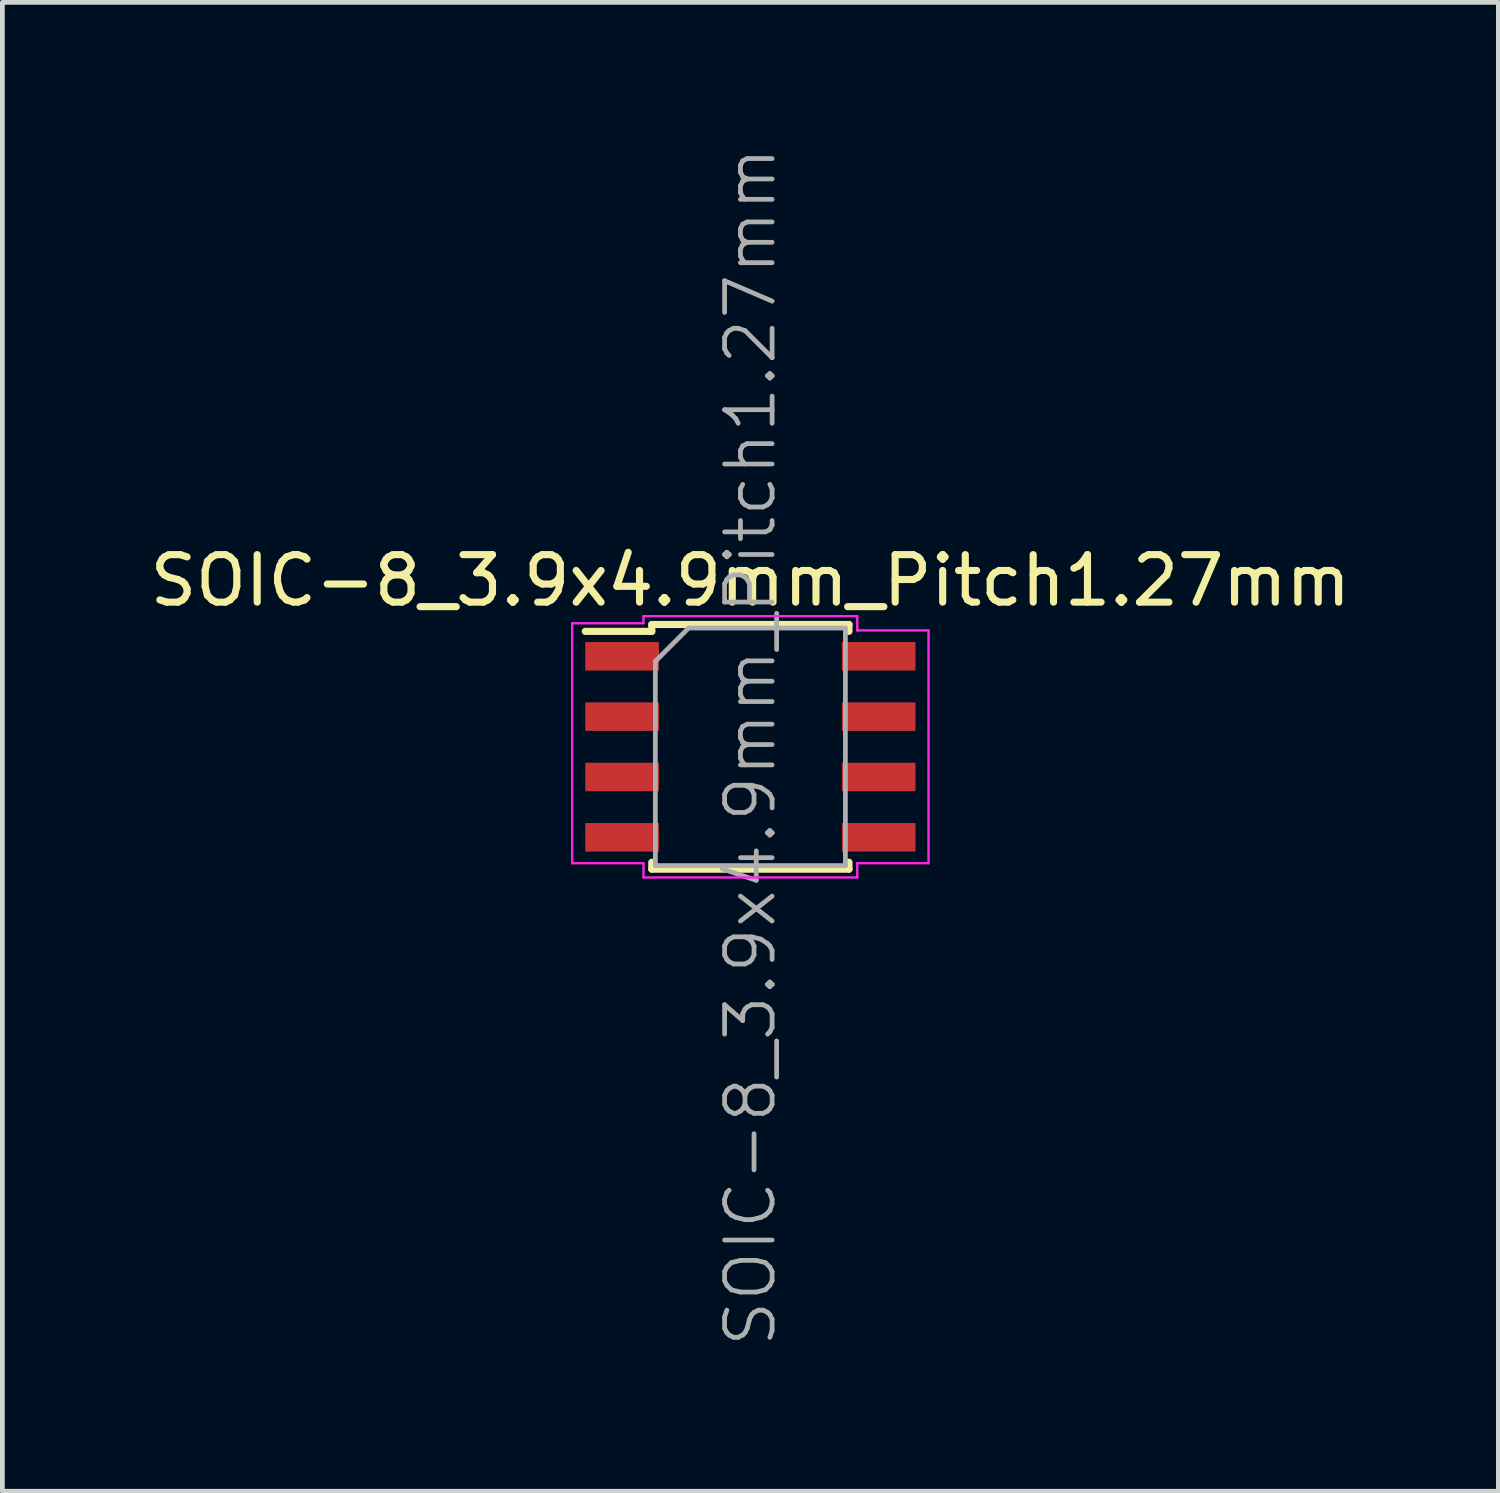
<source format=kicad_pcb>
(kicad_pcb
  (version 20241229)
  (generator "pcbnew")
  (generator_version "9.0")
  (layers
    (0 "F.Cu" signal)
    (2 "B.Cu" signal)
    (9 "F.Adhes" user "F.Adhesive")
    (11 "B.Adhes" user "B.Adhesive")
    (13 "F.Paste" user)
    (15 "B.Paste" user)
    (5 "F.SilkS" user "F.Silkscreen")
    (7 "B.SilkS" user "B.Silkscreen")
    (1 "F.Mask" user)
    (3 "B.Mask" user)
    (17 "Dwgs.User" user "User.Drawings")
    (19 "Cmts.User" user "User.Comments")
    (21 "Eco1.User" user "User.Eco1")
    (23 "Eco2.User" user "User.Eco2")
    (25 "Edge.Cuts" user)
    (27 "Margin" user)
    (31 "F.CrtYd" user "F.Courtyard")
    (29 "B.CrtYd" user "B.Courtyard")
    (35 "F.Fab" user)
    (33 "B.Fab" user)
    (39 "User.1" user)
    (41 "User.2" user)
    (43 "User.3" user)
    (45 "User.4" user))
  (footprint "SOIC-8_3.9x4.9mm_Pitch1.27mm"
    (layer "F.Cu")
    (at 12.744 12.669)
    (property "Reference" "SOIC-8_3.9x4.9mm_Pitch1.27mm" (at 0 -3.5 0) (layer "F.SilkS") (effects (font (size 1 1) (thickness 0.15))))
    (attr smd)
    (fp_line (start -2.075 -2.575) (end -2.075 -2.43) (stroke (width 0.15) (type solid)) (layer "F.SilkS"))
    (fp_line (start -2.075 -2.575) (end 2.075 -2.575) (stroke (width 0.15) (type solid)) (layer "F.SilkS"))
    (fp_line (start -2.075 -2.43) (end -3.475 -2.43) (stroke (width 0.15) (type solid)) (layer "F.SilkS"))
    (fp_line (start -2.075 2.575) (end -2.075 2.43) (stroke (width 0.15) (type solid)) (layer "F.SilkS"))
    (fp_line (start -2.075 2.575) (end 2.075 2.575) (stroke (width 0.15) (type solid)) (layer "F.SilkS"))
    (fp_line (start 2.075 -2.575) (end 2.075 -2.43) (stroke (width 0.15) (type solid)) (layer "F.SilkS"))
    (fp_line (start 2.075 2.575) (end 2.075 2.43) (stroke (width 0.15) (type solid)) (layer "F.SilkS"))
    (fp_line (start -3.75 -2.6) (end -3.75 2.45) (stroke (width 0.05) (type solid)) (layer "F.CrtYd"))
    (fp_line (start -3.75 -2.6) (end -2.25 -2.6) (stroke (width 0.05) (type solid)) (layer "F.CrtYd"))
    (fp_line (start -3.75 2.45) (end -2.25 2.45) (stroke (width 0.05) (type solid)) (layer "F.CrtYd"))
    (fp_line (start -2.25 -2.75) (end -2.25 -2.6) (stroke (width 0.05) (type solid)) (layer "F.CrtYd"))
    (fp_line (start -2.25 2.75) (end -2.25 2.45) (stroke (width 0.05) (type solid)) (layer "F.CrtYd"))
    (fp_line (start 2.25 -2.75) (end -2.25 -2.75) (stroke (width 0.05) (type solid)) (layer "F.CrtYd"))
    (fp_line (start 2.25 -2.75) (end 2.25 -2.45) (stroke (width 0.05) (type solid)) (layer "F.CrtYd"))
    (fp_line (start 2.25 2.75) (end -2.25 2.75) (stroke (width 0.05) (type solid)) (layer "F.CrtYd"))
    (fp_line (start 2.25 2.75) (end 2.25 2.45) (stroke (width 0.05) (type solid)) (layer "F.CrtYd"))
    (fp_line (start 3.75 -2.45) (end 2.25 -2.45) (stroke (width 0.05) (type solid)) (layer "F.CrtYd"))
    (fp_line (start 3.75 -2.45) (end 3.75 2.45) (stroke (width 0.05) (type solid)) (layer "F.CrtYd"))
    (fp_line (start 3.75 2.45) (end 2.25 2.45) (stroke (width 0.05) (type solid)) (layer "F.CrtYd"))
    (fp_line (start -2 -1.8) (end -1.3 -2.5) (stroke (width 0.1) (type solid)) (layer "F.Fab"))
    (fp_line (start -2 2.5) (end -2 -1.8) (stroke (width 0.1) (type solid)) (layer "F.Fab"))
    (fp_line (start 2 -2.5) (end -1.3 -2.5) (stroke (width 0.1) (type solid)) (layer "F.Fab"))
    (fp_line (start 2 2.5) (end -2 2.5) (stroke (width 0.1) (type solid)) (layer "F.Fab"))
    (fp_line (start 2 2.5) (end 2 -2.5) (stroke (width 0.1) (type solid)) (layer "F.Fab"))
    (fp_text user "${REFERENCE}" (at 0 0 90) (layer "F.Fab") (effects (font (size 1 1) (thickness 0.1))))
    (pad "1" smd rect (at -2.7 -1.905) (size 1.55 0.6) (layers "F.Cu" "F.Mask" "F.Paste"))
    (pad "2" smd rect (at -2.7 -0.635) (size 1.55 0.6) (layers "F.Cu" "F.Mask" "F.Paste"))
    (pad "3" smd rect (at -2.7 0.635) (size 1.55 0.6) (layers "F.Cu" "F.Mask" "F.Paste"))
    (pad "4" smd rect (at -2.7 1.905) (size 1.55 0.6) (layers "F.Cu" "F.Mask" "F.Paste"))
    (pad "5" smd rect (at 2.7 1.905) (size 1.55 0.6) (layers "F.Cu" "F.Mask" "F.Paste"))
    (pad "6" smd rect (at 2.7 0.635) (size 1.55 0.6) (layers "F.Cu" "F.Mask" "F.Paste"))
    (pad "7" smd rect (at 2.7 -0.635) (size 1.55 0.6) (layers "F.Cu" "F.Mask" "F.Paste"))
    (pad "8" smd rect (at 2.7 -1.905) (size 1.55 0.6) (layers "F.Cu" "F.Mask" "F.Paste")))
  (gr_rect
    (start -3 -3)
    (end 28.488 28.338)
    (stroke (width 0.1) (type default))
    (fill no)
    (layer "Edge.Cuts")))
</source>
